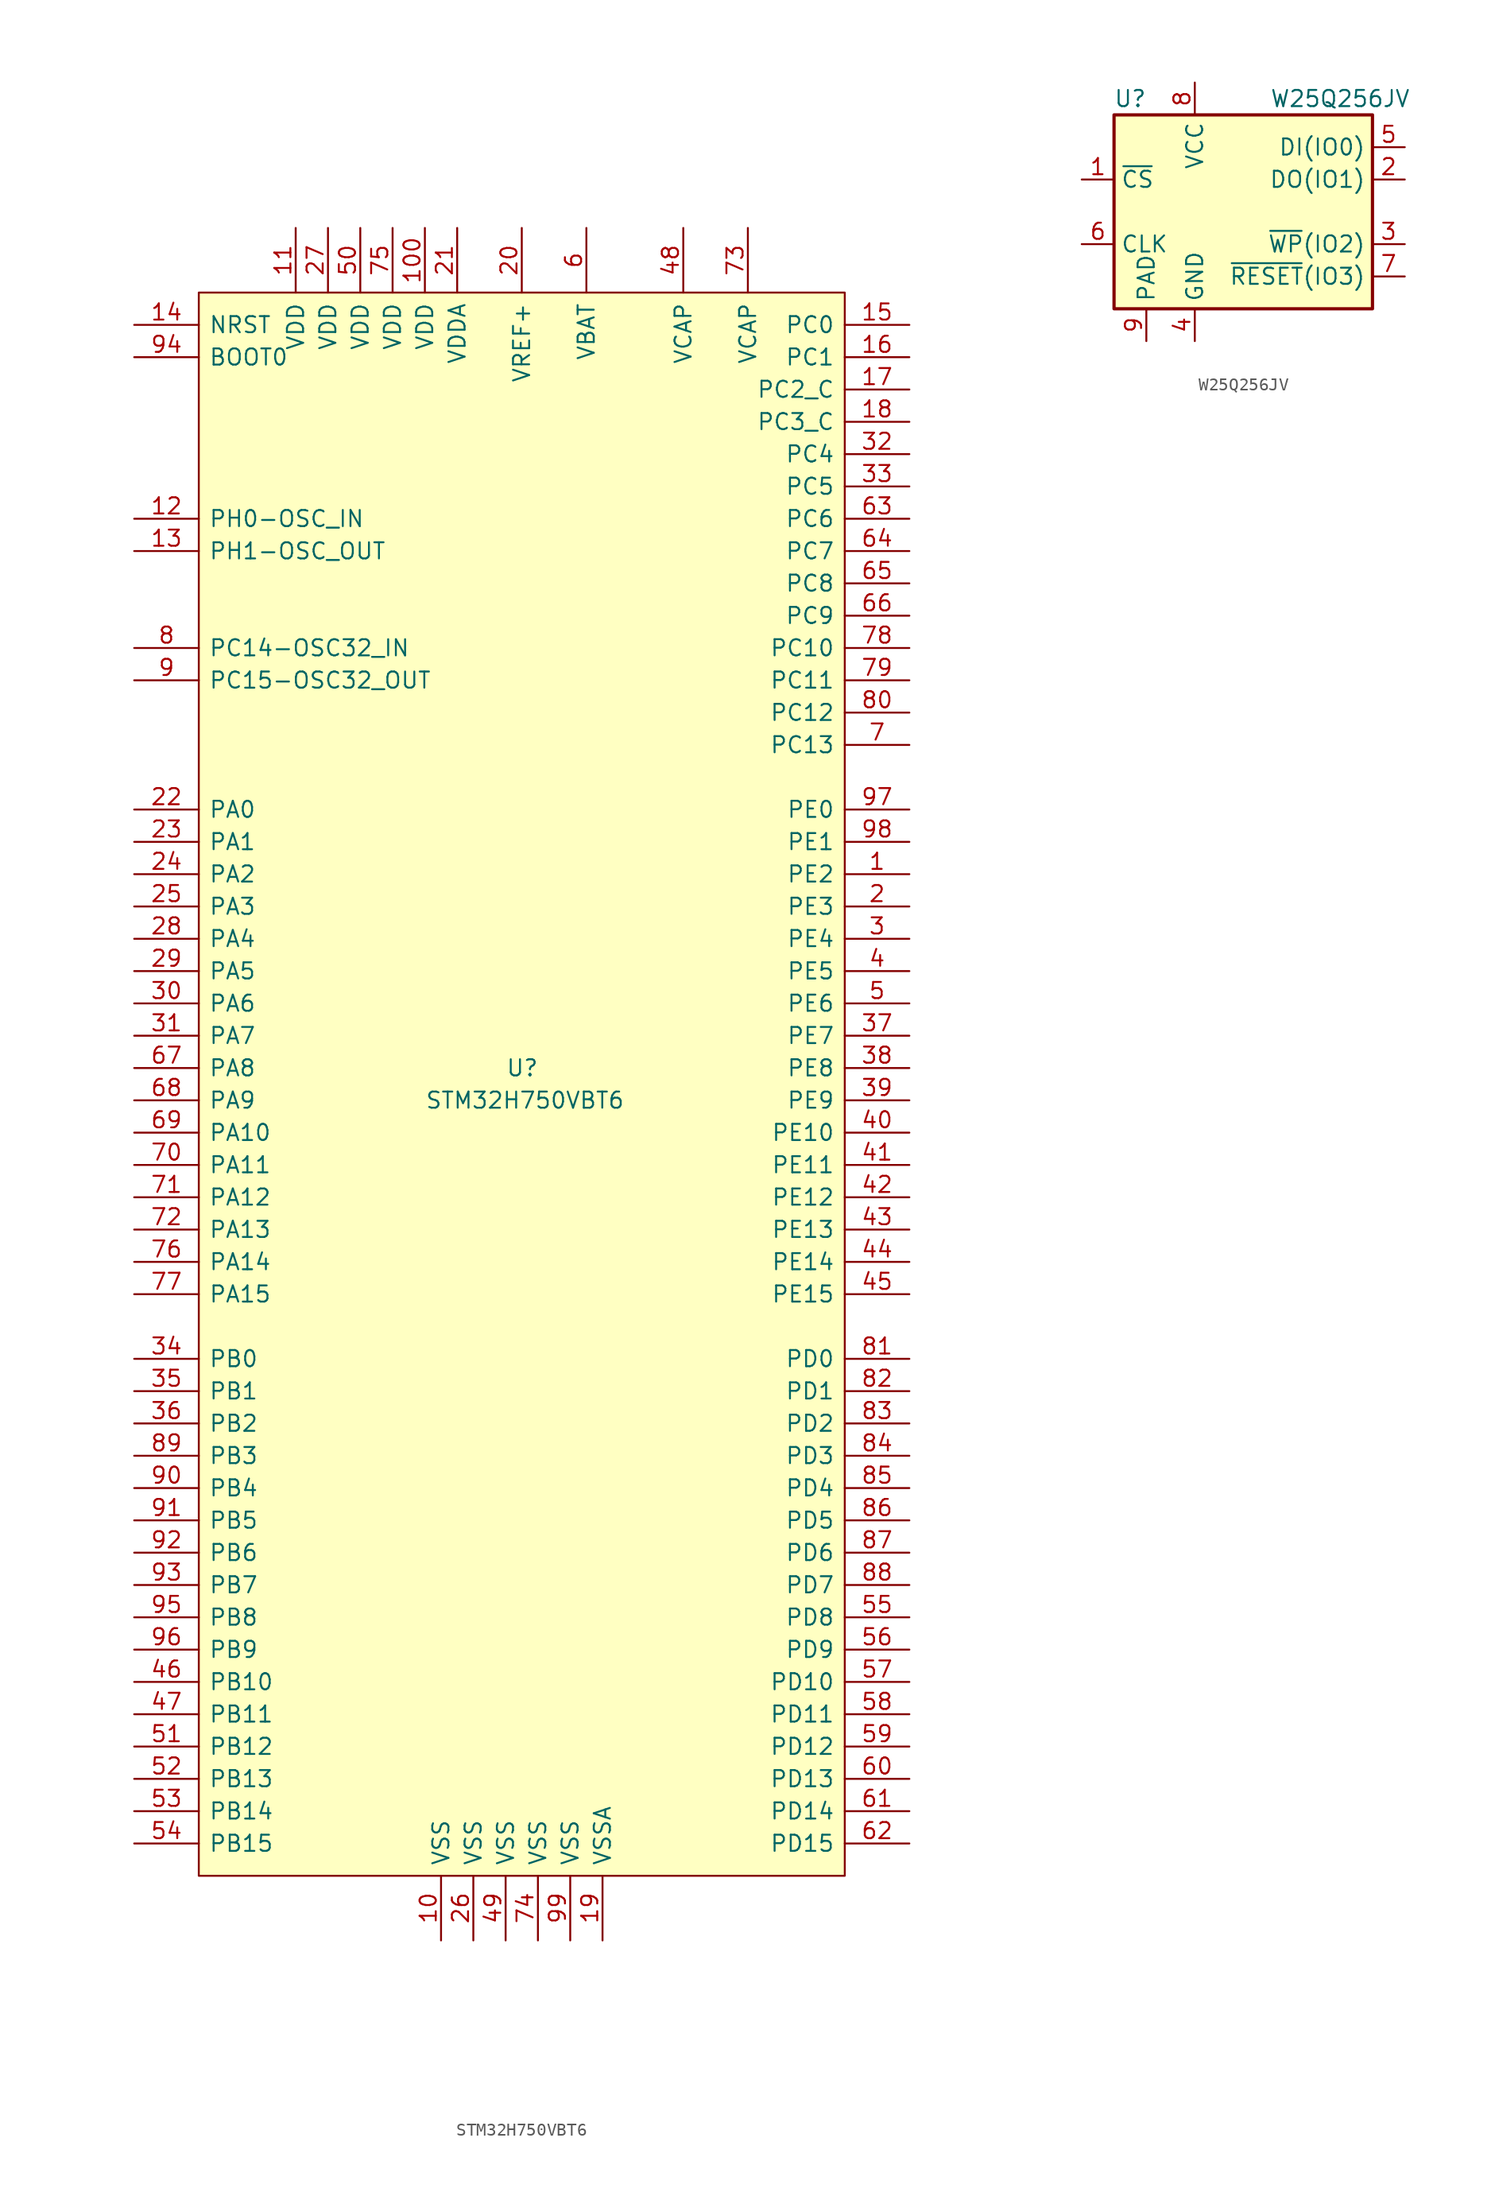
<source format=kicad_sym>
(kicad_symbol_lib
  (version 20211014)
  (generator kicad_symbol_editor)
  (symbol "STM32H750VBT6"
    (pin_names
      (offset 0.762))
    (property "Reference" "U"
      (at -1.27 1.27 0)
      (effects (font (size 1.27 1.27)) (justify left)))
    (property "Value" "STM32H750VBT6"
      (at -7.62 -1.27 0)
      (effects (font (size 1.27 1.27)) (justify left)))
    (symbol "STM32H750VBT6_0_0"
      (pin bidirectional line (at 30.48 16.51 180) (length 5.08) (name "PE2" (effects (font (size 1.27 1.27)))) (number "1" (effects (font (size 1.27 1.27)))))
      (pin power_in line (at -6.35 -67.31 90) (length 5.08) (name "VSS" (effects (font (size 1.27 1.27)))) (number "10" (effects (font (size 1.27 1.27)))))
      (pin power_in line (at -7.62 67.31 270) (length 5.08) (name "VDD" (effects (font (size 1.27 1.27)))) (number "100" (effects (font (size 1.27 1.27)))))
      (pin power_in line (at -17.78 67.31 270) (length 5.08) (name "VDD" (effects (font (size 1.27 1.27)))) (number "11" (effects (font (size 1.27 1.27)))))
      (pin bidirectional line (at -30.48 44.45 0) (length 5.08) (name "PH0-OSC_IN" (effects (font (size 1.27 1.27)))) (number "12" (effects (font (size 1.27 1.27)))))
      (pin bidirectional line (at -30.48 41.91 0) (length 5.08) (name "PH1-OSC_OUT" (effects (font (size 1.27 1.27)))) (number "13" (effects (font (size 1.27 1.27)))))
      (pin input line (at -30.48 59.69 0) (length 5.08) (name "NRST" (effects (font (size 1.27 1.27)))) (number "14" (effects (font (size 1.27 1.27)))))
      (pin bidirectional line (at 30.48 59.69 180) (length 5.08) (name "PC0" (effects (font (size 1.27 1.27)))) (number "15" (effects (font (size 1.27 1.27)))))
      (pin bidirectional line (at 30.48 57.15 180) (length 5.08) (name "PC1" (effects (font (size 1.27 1.27)))) (number "16" (effects (font (size 1.27 1.27)))))
      (pin bidirectional line (at 30.48 54.61 180) (length 5.08) (name "PC2_C" (effects (font (size 1.27 1.27)))) (number "17" (effects (font (size 1.27 1.27)))))
      (pin bidirectional line (at 30.48 52.07 180) (length 5.08) (name "PC3_C" (effects (font (size 1.27 1.27)))) (number "18" (effects (font (size 1.27 1.27)))))
      (pin power_in line (at 6.35 -67.31 90) (length 5.08) (name "VSSA" (effects (font (size 1.27 1.27)))) (number "19" (effects (font (size 1.27 1.27)))))
      (pin bidirectional line (at 30.48 13.97 180) (length 5.08) (name "PE3" (effects (font (size 1.27 1.27)))) (number "2" (effects (font (size 1.27 1.27)))))
      (pin power_in line (at 0 67.31 270) (length 5.08) (name "VREF+" (effects (font (size 1.27 1.27)))) (number "20" (effects (font (size 1.27 1.27)))))
      (pin power_in line (at -5.08 67.31 270) (length 5.08) (name "VDDA" (effects (font (size 1.27 1.27)))) (number "21" (effects (font (size 1.27 1.27)))))
      (pin bidirectional line (at -30.48 21.59 0) (length 5.08) (name "PA0" (effects (font (size 1.27 1.27)))) (number "22" (effects (font (size 1.27 1.27)))))
      (pin bidirectional line (at -30.48 19.05 0) (length 5.08) (name "PA1" (effects (font (size 1.27 1.27)))) (number "23" (effects (font (size 1.27 1.27)))))
      (pin bidirectional line (at -30.48 16.51 0) (length 5.08) (name "PA2" (effects (font (size 1.27 1.27)))) (number "24" (effects (font (size 1.27 1.27)))))
      (pin bidirectional line (at -30.48 13.97 0) (length 5.08) (name "PA3" (effects (font (size 1.27 1.27)))) (number "25" (effects (font (size 1.27 1.27)))))
      (pin power_in line (at -3.81 -67.31 90) (length 5.08) (name "VSS" (effects (font (size 1.27 1.27)))) (number "26" (effects (font (size 1.27 1.27)))))
      (pin power_in line (at -15.24 67.31 270) (length 5.08) (name "VDD" (effects (font (size 1.27 1.27)))) (number "27" (effects (font (size 1.27 1.27)))))
      (pin bidirectional line (at -30.48 11.43 0) (length 5.08) (name "PA4" (effects (font (size 1.27 1.27)))) (number "28" (effects (font (size 1.27 1.27)))))
      (pin bidirectional line (at -30.48 8.89 0) (length 5.08) (name "PA5" (effects (font (size 1.27 1.27)))) (number "29" (effects (font (size 1.27 1.27)))))
      (pin bidirectional line (at 30.48 11.43 180) (length 5.08) (name "PE4" (effects (font (size 1.27 1.27)))) (number "3" (effects (font (size 1.27 1.27)))))
      (pin bidirectional line (at -30.48 6.35 0) (length 5.08) (name "PA6" (effects (font (size 1.27 1.27)))) (number "30" (effects (font (size 1.27 1.27)))))
      (pin bidirectional line (at -30.48 3.81 0) (length 5.08) (name "PA7" (effects (font (size 1.27 1.27)))) (number "31" (effects (font (size 1.27 1.27)))))
      (pin bidirectional line (at 30.48 49.53 180) (length 5.08) (name "PC4" (effects (font (size 1.27 1.27)))) (number "32" (effects (font (size 1.27 1.27)))))
      (pin bidirectional line (at 30.48 46.99 180) (length 5.08) (name "PC5" (effects (font (size 1.27 1.27)))) (number "33" (effects (font (size 1.27 1.27)))))
      (pin bidirectional line (at -30.48 -21.59 0) (length 5.08) (name "PB0" (effects (font (size 1.27 1.27)))) (number "34" (effects (font (size 1.27 1.27)))))
      (pin bidirectional line (at -30.48 -24.13 0) (length 5.08) (name "PB1" (effects (font (size 1.27 1.27)))) (number "35" (effects (font (size 1.27 1.27)))))
      (pin bidirectional line (at -30.48 -26.67 0) (length 5.08) (name "PB2" (effects (font (size 1.27 1.27)))) (number "36" (effects (font (size 1.27 1.27)))))
      (pin bidirectional line (at 30.48 3.81 180) (length 5.08) (name "PE7" (effects (font (size 1.27 1.27)))) (number "37" (effects (font (size 1.27 1.27)))))
      (pin bidirectional line (at 30.48 1.27 180) (length 5.08) (name "PE8" (effects (font (size 1.27 1.27)))) (number "38" (effects (font (size 1.27 1.27)))))
      (pin bidirectional line (at 30.48 -1.27 180) (length 5.08) (name "PE9" (effects (font (size 1.27 1.27)))) (number "39" (effects (font (size 1.27 1.27)))))
      (pin bidirectional line (at 30.48 8.89 180) (length 5.08) (name "PE5" (effects (font (size 1.27 1.27)))) (number "4" (effects (font (size 1.27 1.27)))))
      (pin bidirectional line (at 30.48 -3.81 180) (length 5.08) (name "PE10" (effects (font (size 1.27 1.27)))) (number "40" (effects (font (size 1.27 1.27)))))
      (pin bidirectional line (at 30.48 -6.35 180) (length 5.08) (name "PE11" (effects (font (size 1.27 1.27)))) (number "41" (effects (font (size 1.27 1.27)))))
      (pin bidirectional line (at 30.48 -8.89 180) (length 5.08) (name "PE12" (effects (font (size 1.27 1.27)))) (number "42" (effects (font (size 1.27 1.27)))))
      (pin bidirectional line (at 30.48 -11.43 180) (length 5.08) (name "PE13" (effects (font (size 1.27 1.27)))) (number "43" (effects (font (size 1.27 1.27)))))
      (pin bidirectional line (at 30.48 -13.97 180) (length 5.08) (name "PE14" (effects (font (size 1.27 1.27)))) (number "44" (effects (font (size 1.27 1.27)))))
      (pin bidirectional line (at 30.48 -16.51 180) (length 5.08) (name "PE15" (effects (font (size 1.27 1.27)))) (number "45" (effects (font (size 1.27 1.27)))))
      (pin bidirectional line (at -30.48 -46.99 0) (length 5.08) (name "PB10" (effects (font (size 1.27 1.27)))) (number "46" (effects (font (size 1.27 1.27)))))
      (pin bidirectional line (at -30.48 -49.53 0) (length 5.08) (name "PB11" (effects (font (size 1.27 1.27)))) (number "47" (effects (font (size 1.27 1.27)))))
      (pin power_out line (at 12.7 67.31 270) (length 5.08) (name "VCAP" (effects (font (size 1.27 1.27)))) (number "48" (effects (font (size 1.27 1.27)))))
      (pin power_in line (at -1.27 -67.31 90) (length 5.08) (name "VSS" (effects (font (size 1.27 1.27)))) (number "49" (effects (font (size 1.27 1.27)))))
      (pin bidirectional line (at 30.48 6.35 180) (length 5.08) (name "PE6" (effects (font (size 1.27 1.27)))) (number "5" (effects (font (size 1.27 1.27)))))
      (pin power_in line (at -12.7 67.31 270) (length 5.08) (name "VDD" (effects (font (size 1.27 1.27)))) (number "50" (effects (font (size 1.27 1.27)))))
      (pin bidirectional line (at -30.48 -52.07 0) (length 5.08) (name "PB12" (effects (font (size 1.27 1.27)))) (number "51" (effects (font (size 1.27 1.27)))))
      (pin bidirectional line (at -30.48 -54.61 0) (length 5.08) (name "PB13" (effects (font (size 1.27 1.27)))) (number "52" (effects (font (size 1.27 1.27)))))
      (pin bidirectional line (at -30.48 -57.15 0) (length 5.08) (name "PB14" (effects (font (size 1.27 1.27)))) (number "53" (effects (font (size 1.27 1.27)))))
      (pin bidirectional line (at -30.48 -59.69 0) (length 5.08) (name "PB15" (effects (font (size 1.27 1.27)))) (number "54" (effects (font (size 1.27 1.27)))))
      (pin bidirectional line (at 30.48 -41.91 180) (length 5.08) (name "PD8" (effects (font (size 1.27 1.27)))) (number "55" (effects (font (size 1.27 1.27)))))
      (pin bidirectional line (at 30.48 -44.45 180) (length 5.08) (name "PD9" (effects (font (size 1.27 1.27)))) (number "56" (effects (font (size 1.27 1.27)))))
      (pin bidirectional line (at 30.48 -46.99 180) (length 5.08) (name "PD10" (effects (font (size 1.27 1.27)))) (number "57" (effects (font (size 1.27 1.27)))))
      (pin bidirectional line (at 30.48 -49.53 180) (length 5.08) (name "PD11" (effects (font (size 1.27 1.27)))) (number "58" (effects (font (size 1.27 1.27)))))
      (pin bidirectional line (at 30.48 -52.07 180) (length 5.08) (name "PD12" (effects (font (size 1.27 1.27)))) (number "59" (effects (font (size 1.27 1.27)))))
      (pin power_in line (at 5.08 67.31 270) (length 5.08) (name "VBAT" (effects (font (size 1.27 1.27)))) (number "6" (effects (font (size 1.27 1.27)))))
      (pin bidirectional line (at 30.48 -54.61 180) (length 5.08) (name "PD13" (effects (font (size 1.27 1.27)))) (number "60" (effects (font (size 1.27 1.27)))))
      (pin bidirectional line (at 30.48 -57.15 180) (length 5.08) (name "PD14" (effects (font (size 1.27 1.27)))) (number "61" (effects (font (size 1.27 1.27)))))
      (pin bidirectional line (at 30.48 -59.69 180) (length 5.08) (name "PD15" (effects (font (size 1.27 1.27)))) (number "62" (effects (font (size 1.27 1.27)))))
      (pin bidirectional line (at 30.48 44.45 180) (length 5.08) (name "PC6" (effects (font (size 1.27 1.27)))) (number "63" (effects (font (size 1.27 1.27)))))
      (pin bidirectional line (at 30.48 41.91 180) (length 5.08) (name "PC7" (effects (font (size 1.27 1.27)))) (number "64" (effects (font (size 1.27 1.27)))))
      (pin bidirectional line (at 30.48 39.37 180) (length 5.08) (name "PC8" (effects (font (size 1.27 1.27)))) (number "65" (effects (font (size 1.27 1.27)))))
      (pin bidirectional line (at 30.48 36.83 180) (length 5.08) (name "PC9" (effects (font (size 1.27 1.27)))) (number "66" (effects (font (size 1.27 1.27)))))
      (pin bidirectional line (at -30.48 1.27 0) (length 5.08) (name "PA8" (effects (font (size 1.27 1.27)))) (number "67" (effects (font (size 1.27 1.27)))))
      (pin bidirectional line (at -30.48 -1.27 0) (length 5.08) (name "PA9" (effects (font (size 1.27 1.27)))) (number "68" (effects (font (size 1.27 1.27)))))
      (pin bidirectional line (at -30.48 -3.81 0) (length 5.08) (name "PA10" (effects (font (size 1.27 1.27)))) (number "69" (effects (font (size 1.27 1.27)))))
      (pin bidirectional line (at 30.48 26.67 180) (length 5.08) (name "PC13" (effects (font (size 1.27 1.27)))) (number "7" (effects (font (size 1.27 1.27)))))
      (pin bidirectional line (at -30.48 -6.35 0) (length 5.08) (name "PA11" (effects (font (size 1.27 1.27)))) (number "70" (effects (font (size 1.27 1.27)))))
      (pin bidirectional line (at -30.48 -8.89 0) (length 5.08) (name "PA12" (effects (font (size 1.27 1.27)))) (number "71" (effects (font (size 1.27 1.27)))))
      (pin bidirectional line (at -30.48 -11.43 0) (length 5.08) (name "PA13" (effects (font (size 1.27 1.27)))) (number "72" (effects (font (size 1.27 1.27)))))
      (pin power_out line (at 17.78 67.31 270) (length 5.08) (name "VCAP" (effects (font (size 1.27 1.27)))) (number "73" (effects (font (size 1.27 1.27)))))
      (pin power_in line (at 1.27 -67.31 90) (length 5.08) (name "VSS" (effects (font (size 1.27 1.27)))) (number "74" (effects (font (size 1.27 1.27)))))
      (pin power_in line (at -10.16 67.31 270) (length 5.08) (name "VDD" (effects (font (size 1.27 1.27)))) (number "75" (effects (font (size 1.27 1.27)))))
      (pin bidirectional line (at -30.48 -13.97 0) (length 5.08) (name "PA14" (effects (font (size 1.27 1.27)))) (number "76" (effects (font (size 1.27 1.27)))))
      (pin bidirectional line (at -30.48 -16.51 0) (length 5.08) (name "PA15" (effects (font (size 1.27 1.27)))) (number "77" (effects (font (size 1.27 1.27)))))
      (pin bidirectional line (at 30.48 34.29 180) (length 5.08) (name "PC10" (effects (font (size 1.27 1.27)))) (number "78" (effects (font (size 1.27 1.27)))))
      (pin bidirectional line (at 30.48 31.75 180) (length 5.08) (name "PC11" (effects (font (size 1.27 1.27)))) (number "79" (effects (font (size 1.27 1.27)))))
      (pin bidirectional line (at -30.48 34.29 0) (length 5.08) (name "PC14-OSC32_IN" (effects (font (size 1.27 1.27)))) (number "8" (effects (font (size 1.27 1.27)))))
      (pin bidirectional line (at 30.48 29.21 180) (length 5.08) (name "PC12" (effects (font (size 1.27 1.27)))) (number "80" (effects (font (size 1.27 1.27)))))
      (pin bidirectional line (at 30.48 -21.59 180) (length 5.08) (name "PD0" (effects (font (size 1.27 1.27)))) (number "81" (effects (font (size 1.27 1.27)))))
      (pin bidirectional line (at 30.48 -24.13 180) (length 5.08) (name "PD1" (effects (font (size 1.27 1.27)))) (number "82" (effects (font (size 1.27 1.27)))))
      (pin bidirectional line (at 30.48 -26.67 180) (length 5.08) (name "PD2" (effects (font (size 1.27 1.27)))) (number "83" (effects (font (size 1.27 1.27)))))
      (pin bidirectional line (at 30.48 -29.21 180) (length 5.08) (name "PD3" (effects (font (size 1.27 1.27)))) (number "84" (effects (font (size 1.27 1.27)))))
      (pin bidirectional line (at 30.48 -31.75 180) (length 5.08) (name "PD4" (effects (font (size 1.27 1.27)))) (number "85" (effects (font (size 1.27 1.27)))))
      (pin bidirectional line (at 30.48 -34.29 180) (length 5.08) (name "PD5" (effects (font (size 1.27 1.27)))) (number "86" (effects (font (size 1.27 1.27)))))
      (pin bidirectional line (at 30.48 -36.83 180) (length 5.08) (name "PD6" (effects (font (size 1.27 1.27)))) (number "87" (effects (font (size 1.27 1.27)))))
      (pin bidirectional line (at 30.48 -39.37 180) (length 5.08) (name "PD7" (effects (font (size 1.27 1.27)))) (number "88" (effects (font (size 1.27 1.27)))))
      (pin bidirectional line (at -30.48 -29.21 0) (length 5.08) (name "PB3" (effects (font (size 1.27 1.27)))) (number "89" (effects (font (size 1.27 1.27)))))
      (pin bidirectional line (at -30.48 31.75 0) (length 5.08) (name "PC15-OSC32_OUT" (effects (font (size 1.27 1.27)))) (number "9" (effects (font (size 1.27 1.27)))))
      (pin bidirectional line (at -30.48 -31.75 0) (length 5.08) (name "PB4" (effects (font (size 1.27 1.27)))) (number "90" (effects (font (size 1.27 1.27)))))
      (pin bidirectional line (at -30.48 -34.29 0) (length 5.08) (name "PB5" (effects (font (size 1.27 1.27)))) (number "91" (effects (font (size 1.27 1.27)))))
      (pin bidirectional line (at -30.48 -36.83 0) (length 5.08) (name "PB6" (effects (font (size 1.27 1.27)))) (number "92" (effects (font (size 1.27 1.27)))))
      (pin bidirectional line (at -30.48 -39.37 0) (length 5.08) (name "PB7" (effects (font (size 1.27 1.27)))) (number "93" (effects (font (size 1.27 1.27)))))
      (pin input line (at -30.48 57.15 0) (length 5.08) (name "BOOT0" (effects (font (size 1.27 1.27)))) (number "94" (effects (font (size 1.27 1.27)))))
      (pin bidirectional line (at -30.48 -41.91 0) (length 5.08) (name "PB8" (effects (font (size 1.27 1.27)))) (number "95" (effects (font (size 1.27 1.27)))))
      (pin bidirectional line (at -30.48 -44.45 0) (length 5.08) (name "PB9" (effects (font (size 1.27 1.27)))) (number "96" (effects (font (size 1.27 1.27)))))
      (pin bidirectional line (at 30.48 21.59 180) (length 5.08) (name "PE0" (effects (font (size 1.27 1.27)))) (number "97" (effects (font (size 1.27 1.27)))))
      (pin bidirectional line (at 30.48 19.05 180) (length 5.08) (name "PE1" (effects (font (size 1.27 1.27)))) (number "98" (effects (font (size 1.27 1.27)))))
      (pin power_in line (at 3.81 -67.31 90) (length 5.08) (name "VSS" (effects (font (size 1.27 1.27)))) (number "99" (effects (font (size 1.27 1.27))))))
    (symbol "STM32H750VBT6_0_1"
      (rectangle (start -25.4 62.23) (end 25.4 -62.23) (stroke (width 0.152) (type default) (color 0 0 0 0)) (fill (type background)))))
  (symbol "W25Q256JV"
    (property "Reference" "U"
      (at -8.89 8.89 0)
      (effects (font (size 1.27 1.27))))
    (property "Value" "W25Q256JV"
      (at 7.62 8.89 0)
      (effects (font (size 1.27 1.27))))
    (symbol "W25Q256JV_0_1"
      (rectangle (start -10.16 7.62) (end 10.16 -7.62) (stroke (width 0.254) (type default) (color 0 0 0 0)) (fill (type background))))
    (symbol "W25Q256JV_1_1"
      (pin input line (at -12.7 2.54 0) (length 2.54) (name "~{CS}" (effects (font (size 1.27 1.27)))) (number "1" (effects (font (size 1.27 1.27)))))
      (pin bidirectional line (at 12.7 2.54 180) (length 2.54) (name "DO(IO1)" (effects (font (size 1.27 1.27)))) (number "2" (effects (font (size 1.27 1.27)))))
      (pin bidirectional line (at 12.7 -2.54 180) (length 2.54) (name "~{WP}(IO2)" (effects (font (size 1.27 1.27)))) (number "3" (effects (font (size 1.27 1.27)))))
      (pin power_in line (at -3.81 -10.16 90) (length 2.54) (name "GND" (effects (font (size 1.27 1.27)))) (number "4" (effects (font (size 1.27 1.27)))))
      (pin bidirectional line (at 12.7 5.08 180) (length 2.54) (name "DI(IO0)" (effects (font (size 1.27 1.27)))) (number "5" (effects (font (size 1.27 1.27)))))
      (pin input line (at -12.7 -2.54 0) (length 2.54) (name "CLK" (effects (font (size 1.27 1.27)))) (number "6" (effects (font (size 1.27 1.27)))))
      (pin bidirectional line (at 12.7 -5.08 180) (length 2.54) (name "~{RESET}(IO3)" (effects (font (size 1.27 1.27)))) (number "7" (effects (font (size 1.27 1.27)))))
      (pin power_in line (at -3.81 10.16 270) (length 2.54) (name "VCC" (effects (font (size 1.27 1.27)))) (number "8" (effects (font (size 1.27 1.27)))))
      (pin passive line (at -7.62 -10.16 90) (length 2.54) (name "PAD" (effects (font (size 1.27 1.27)))) (number "9" (effects (font (size 1.27 1.27))))))))
</source>
